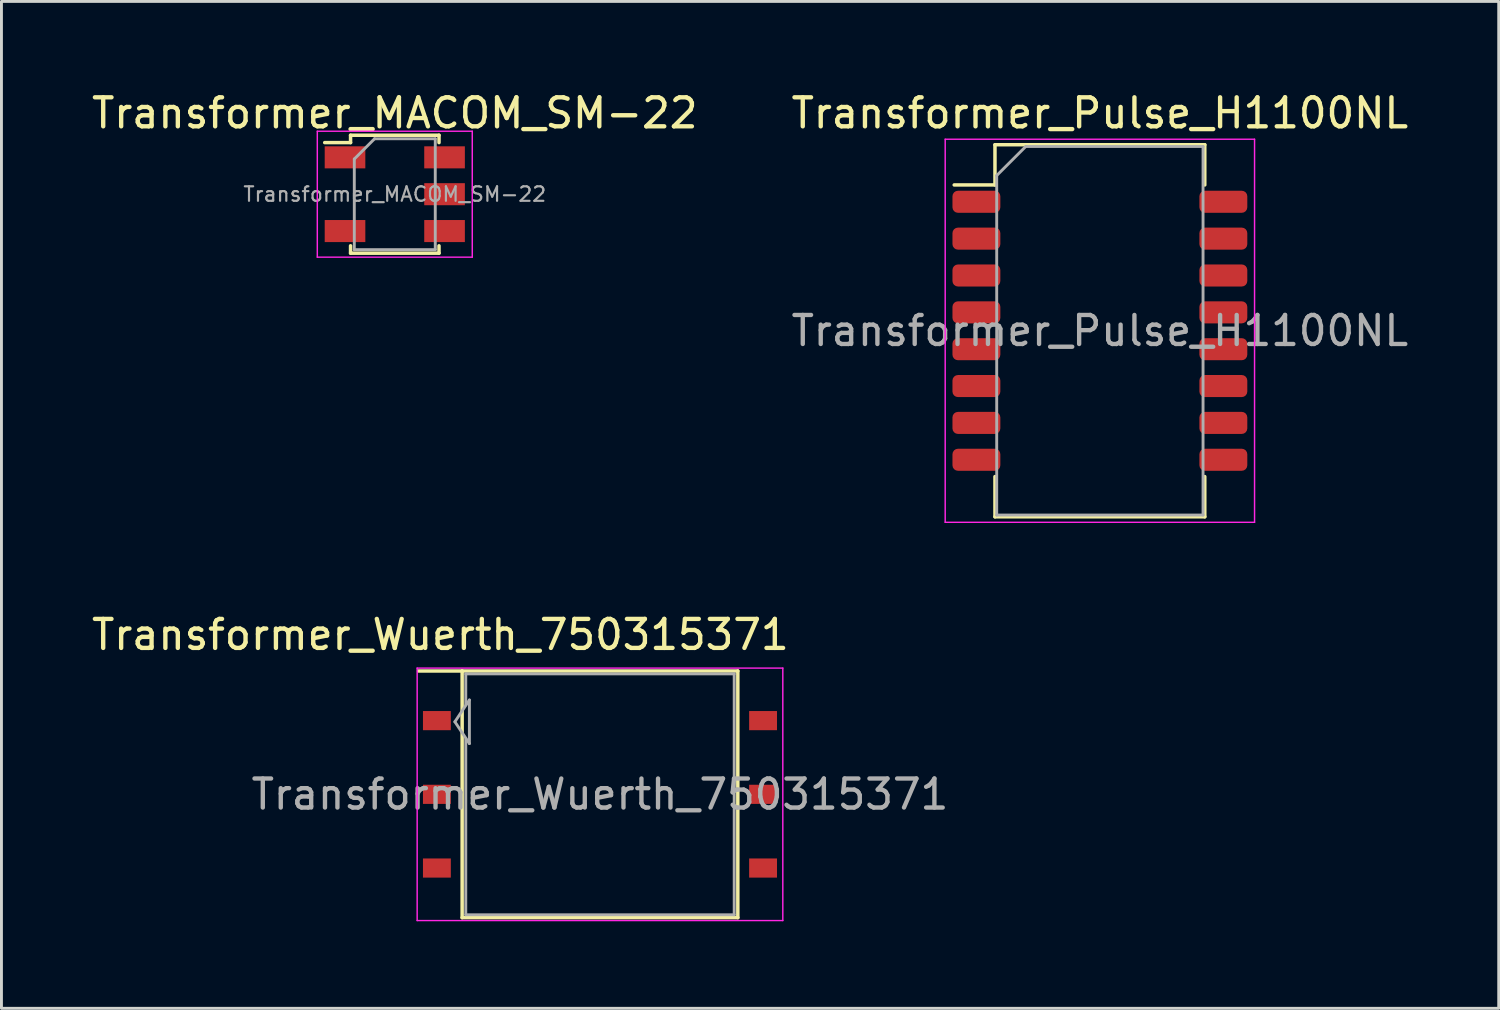
<source format=kicad_pcb>
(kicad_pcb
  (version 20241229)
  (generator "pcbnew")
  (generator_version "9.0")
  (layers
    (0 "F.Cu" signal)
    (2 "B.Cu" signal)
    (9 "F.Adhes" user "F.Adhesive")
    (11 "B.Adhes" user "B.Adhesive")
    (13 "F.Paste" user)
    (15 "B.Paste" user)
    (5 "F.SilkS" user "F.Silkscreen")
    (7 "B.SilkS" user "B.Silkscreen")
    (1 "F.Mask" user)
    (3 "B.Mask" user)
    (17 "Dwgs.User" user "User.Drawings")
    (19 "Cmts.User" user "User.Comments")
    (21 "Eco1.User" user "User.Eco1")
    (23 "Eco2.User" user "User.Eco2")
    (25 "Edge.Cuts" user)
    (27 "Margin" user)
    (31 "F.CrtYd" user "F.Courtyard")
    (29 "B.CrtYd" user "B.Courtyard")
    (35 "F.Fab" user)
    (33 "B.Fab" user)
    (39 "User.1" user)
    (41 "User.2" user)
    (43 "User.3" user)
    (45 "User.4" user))
  (footprint "Transformer_Pulse_H1100NL"
    (layer "F.Cu")
    (at 34.851 8.348)
    (property "Reference" "Transformer_Pulse_H1100NL" (at 0 -7.5 0) (layer "F.SilkS") (effects (font (size 1 1) (thickness 0.15))))
    (attr smd)
    (fp_line (start -3.615 -6.41) (end -3.615 -5.025) (stroke (width 0.12) (type solid)) (layer "F.SilkS"))
    (fp_line (start -3.615 -5.025) (end -5.02 -5.025) (stroke (width 0.12) (type solid)) (layer "F.SilkS"))
    (fp_line (start -3.615 6.41) (end -3.615 5.025) (stroke (width 0.12) (type solid)) (layer "F.SilkS"))
    (fp_line (start 3.615 -6.41) (end -3.615 -6.41) (stroke (width 0.12) (type solid)) (layer "F.SilkS"))
    (fp_line (start 3.615 -5.025) (end 3.615 -6.41) (stroke (width 0.12) (type solid)) (layer "F.SilkS"))
    (fp_line (start 3.615 6.41) (end -3.615 6.41) (stroke (width 0.12) (type solid)) (layer "F.SilkS"))
    (fp_line (start 3.615 6.41) (end 3.615 5.025) (stroke (width 0.12) (type solid)) (layer "F.SilkS"))
    (fp_line (start -5.33 -6.6) (end -5.33 6.6) (stroke (width 0.05) (type solid)) (layer "F.CrtYd"))
    (fp_line (start -5.33 -6.6) (end 5.33 -6.6) (stroke (width 0.05) (type solid)) (layer "F.CrtYd"))
    (fp_line (start -5.33 6.6) (end 5.33 6.6) (stroke (width 0.05) (type solid)) (layer "F.CrtYd"))
    (fp_line (start 5.33 -6.6) (end 5.33 6.6) (stroke (width 0.05) (type solid)) (layer "F.CrtYd"))
    (fp_line (start -3.555 -5.35) (end -3.555 6.35) (stroke (width 0.1) (type solid)) (layer "F.Fab"))
    (fp_line (start -3.555 -5.35) (end -2.555 -6.35) (stroke (width 0.1) (type solid)) (layer "F.Fab"))
    (fp_line (start -3.555 6.35) (end 3.555 6.35) (stroke (width 0.1) (type solid)) (layer "F.Fab"))
    (fp_line (start -2.555 -6.35) (end 3.555 -6.35) (stroke (width 0.1) (type solid)) (layer "F.Fab"))
    (fp_line (start 3.555 -6.35) (end 3.555 6.35) (stroke (width 0.1) (type solid)) (layer "F.Fab"))
    (fp_text user "${REFERENCE}" (at 0 0 0) (layer "F.Fab") (effects (font (size 1 1) (thickness 0.15))))
    (pad "1" smd roundrect (at -4.255 -4.445) (size 1.65 0.76) (layers "F.Cu" "F.Mask" "F.Paste") (roundrect_rratio 0.25))
    (pad "2" smd roundrect (at -4.255 -3.175) (size 1.65 0.76) (layers "F.Cu" "F.Mask" "F.Paste") (roundrect_rratio 0.25))
    (pad "3" smd roundrect (at -4.255 -1.905) (size 1.65 0.76) (layers "F.Cu" "F.Mask" "F.Paste") (roundrect_rratio 0.25))
    (pad "4" smd roundrect (at -4.255 -0.635) (size 1.65 0.76) (layers "F.Cu" "F.Mask" "F.Paste") (roundrect_rratio 0.25))
    (pad "5" smd roundrect (at -4.255 0.635) (size 1.65 0.76) (layers "F.Cu" "F.Mask" "F.Paste") (roundrect_rratio 0.25))
    (pad "6" smd roundrect (at -4.255 1.905) (size 1.65 0.76) (layers "F.Cu" "F.Mask" "F.Paste") (roundrect_rratio 0.25))
    (pad "7" smd roundrect (at -4.255 3.175) (size 1.65 0.76) (layers "F.Cu" "F.Mask" "F.Paste") (roundrect_rratio 0.25))
    (pad "8" smd roundrect (at -4.255 4.445) (size 1.65 0.76) (layers "F.Cu" "F.Mask" "F.Paste") (roundrect_rratio 0.25))
    (pad "9" smd roundrect (at 4.255 4.445) (size 1.65 0.76) (layers "F.Cu" "F.Mask" "F.Paste") (roundrect_rratio 0.25))
    (pad "10" smd roundrect (at 4.255 3.175) (size 1.65 0.76) (layers "F.Cu" "F.Mask" "F.Paste") (roundrect_rratio 0.25))
    (pad "11" smd roundrect (at 4.255 1.905) (size 1.65 0.76) (layers "F.Cu" "F.Mask" "F.Paste") (roundrect_rratio 0.25))
    (pad "12" smd roundrect (at 4.255 0.635) (size 1.65 0.76) (layers "F.Cu" "F.Mask" "F.Paste") (roundrect_rratio 0.25))
    (pad "13" smd roundrect (at 4.255 -0.635) (size 1.65 0.76) (layers "F.Cu" "F.Mask" "F.Paste") (roundrect_rratio 0.25))
    (pad "14" smd roundrect (at 4.255 -1.905) (size 1.65 0.76) (layers "F.Cu" "F.Mask" "F.Paste") (roundrect_rratio 0.25))
    (pad "15" smd roundrect (at 4.255 -3.175) (size 1.65 0.76) (layers "F.Cu" "F.Mask" "F.Paste") (roundrect_rratio 0.25))
    (pad "16" smd roundrect (at 4.255 -4.445) (size 1.65 0.76) (layers "F.Cu" "F.Mask" "F.Paste") (roundrect_rratio 0.25)))
  (footprint "Transformer_Wuerth_750315371"
    (layer "F.Cu")
    (at 17.625 24.322)
    (property "Reference" "Transformer_Wuerth_750315371" (at -5.5 -5.5 0) (layer "F.SilkS") (effects (font (size 1 1) (thickness 0.15))))
    (attr through_hole)
    (fp_line (start -4.75 -4.25) (end -6.25 -4.25) (stroke (width 0.12) (type solid)) (layer "F.SilkS"))
    (fp_line (start -4.75 -4.25) (end 4.75 -4.25) (stroke (width 0.12) (type solid)) (layer "F.SilkS"))
    (fp_line (start -4.75 4.25) (end -4.75 -4.25) (stroke (width 0.12) (type solid)) (layer "F.SilkS"))
    (fp_line (start 4.75 -4.25) (end 4.75 4.25) (stroke (width 0.12) (type solid)) (layer "F.SilkS"))
    (fp_line (start 4.75 4.25) (end -4.75 4.25) (stroke (width 0.12) (type solid)) (layer "F.SilkS"))
    (fp_line (start -6.3 -4.35) (end 6.3 -4.35) (stroke (width 0.05) (type solid)) (layer "F.CrtYd"))
    (fp_line (start -6.3 4.35) (end -6.3 -4.35) (stroke (width 0.05) (type solid)) (layer "F.CrtYd"))
    (fp_line (start 6.3 -4.35) (end 6.3 4.35) (stroke (width 0.05) (type solid)) (layer "F.CrtYd"))
    (fp_line (start 6.3 4.35) (end -6.3 4.35) (stroke (width 0.05) (type solid)) (layer "F.CrtYd"))
    (fp_line (start -5 -2.5) (end -4.5 -3.25) (stroke (width 0.1) (type solid)) (layer "F.Fab"))
    (fp_line (start -4.625 -4.15) (end 4.625 -4.15) (stroke (width 0.1) (type solid)) (layer "F.Fab"))
    (fp_line (start -4.625 -3.1) (end -4.625 -4.15) (stroke (width 0.1) (type solid)) (layer "F.Fab"))
    (fp_line (start -4.625 4.15) (end -4.625 -1.9) (stroke (width 0.1) (type solid)) (layer "F.Fab"))
    (fp_line (start -4.5 -3.25) (end -4.5 -1.75) (stroke (width 0.1) (type solid)) (layer "F.Fab"))
    (fp_line (start -4.5 -1.75) (end -5 -2.5) (stroke (width 0.1) (type solid)) (layer "F.Fab"))
    (fp_line (start 4.625 -4.15) (end 4.625 4.15) (stroke (width 0.1) (type solid)) (layer "F.Fab"))
    (fp_line (start 4.625 4.15) (end -4.625 4.15) (stroke (width 0.1) (type solid)) (layer "F.Fab"))
    (fp_text user "${REFERENCE}" (at 0 0 0) (layer "F.Fab") (effects (font (size 1 1) (thickness 0.15))))
    (pad "1" smd rect (at -5.62 -2.54) (size 0.96 0.66) (layers "F.Cu" "F.Mask" "F.Paste"))
    (pad "2" smd rect (at -5.62 0) (size 0.96 0.66) (layers "F.Cu" "F.Mask" "F.Paste"))
    (pad "3" smd rect (at -5.62 2.54) (size 0.96 0.66) (layers "F.Cu" "F.Mask" "F.Paste"))
    (pad "4" smd rect (at 5.62 2.54) (size 0.96 0.66) (layers "F.Cu" "F.Mask" "F.Paste"))
    (pad "5" smd rect (at 5.62 0) (size 0.96 0.66) (layers "F.Cu" "F.Mask" "F.Paste"))
    (pad "6" smd rect (at 5.62 -2.54) (size 0.96 0.66) (layers "F.Cu" "F.Mask" "F.Paste")))
  (footprint "Transformer_MACOM_SM-22"
    (layer "F.Cu")
    (at 10.554 3.642)
    (property "Reference" "Transformer_MACOM_SM-22" (at 0 -2.794 0) (layer "F.SilkS") (effects (font (size 1 1) (thickness 0.15))))
    (attr smd)
    (fp_line (start -2.415 -1.778) (end -1.524 -1.778) (stroke (width 0.12) (type solid)) (layer "F.SilkS"))
    (fp_line (start -1.524 -2.032) (end 1.524 -2.032) (stroke (width 0.12) (type solid)) (layer "F.SilkS"))
    (fp_line (start -1.524 -1.778) (end -1.524 -2.032) (stroke (width 0.12) (type solid)) (layer "F.SilkS"))
    (fp_line (start -1.524 2.032) (end -1.524 1.778) (stroke (width 0.12) (type solid)) (layer "F.SilkS"))
    (fp_line (start 1.524 -2.032) (end 1.524 -1.778) (stroke (width 0.12) (type solid)) (layer "F.SilkS"))
    (fp_line (start 1.524 1.778) (end 1.524 2.032) (stroke (width 0.12) (type solid)) (layer "F.SilkS"))
    (fp_line (start 1.524 2.032) (end -1.524 2.032) (stroke (width 0.12) (type solid)) (layer "F.SilkS"))
    (fp_line (start -2.67 -2.17) (end 2.67 -2.17) (stroke (width 0.05) (type solid)) (layer "F.CrtYd"))
    (fp_line (start -2.67 2.17) (end -2.67 -2.17) (stroke (width 0.05) (type solid)) (layer "F.CrtYd"))
    (fp_line (start 2.67 -2.17) (end 2.67 2.17) (stroke (width 0.05) (type solid)) (layer "F.CrtYd"))
    (fp_line (start 2.67 2.17) (end -2.67 2.17) (stroke (width 0.05) (type solid)) (layer "F.CrtYd"))
    (fp_line (start -1.395 -1.212) (end -0.698 -1.91) (stroke (width 0.1) (type solid)) (layer "F.Fab"))
    (fp_line (start -1.395 1.91) (end -1.395 -1.212) (stroke (width 0.1) (type solid)) (layer "F.Fab"))
    (fp_line (start -0.698 -1.91) (end 1.395 -1.91) (stroke (width 0.1) (type solid)) (layer "F.Fab"))
    (fp_line (start 1.395 -1.91) (end 1.395 1.91) (stroke (width 0.1) (type solid)) (layer "F.Fab"))
    (fp_line (start 1.395 1.91) (end -1.395 1.91) (stroke (width 0.1) (type solid)) (layer "F.Fab"))
    (fp_text user "${REFERENCE}" (at 0 0 0) (layer "F.Fab") (effects (font (size 0.5 0.5) (thickness 0.075))))
    (pad "1" smd rect (at -1.715 -1.27) (size 1.4 0.76) (layers "F.Cu" "F.Mask" "F.Paste"))
    (pad "2" smd rect (at -1.715 1.27) (size 1.4 0.76) (layers "F.Cu" "F.Mask" "F.Paste"))
    (pad "3" smd rect (at 1.715 1.27) (size 1.4 0.76) (layers "F.Cu" "F.Mask" "F.Paste"))
    (pad "4" smd rect (at 1.715 0) (size 1.4 0.76) (layers "F.Cu" "F.Mask" "F.Paste"))
    (pad "5" smd rect (at 1.715 -1.27) (size 1.4 0.76) (layers "F.Cu" "F.Mask" "F.Paste")))
  (gr_rect
    (start -3 -3)
    (end 48.595 31.697)
    (stroke (width 0.1) (type default))
    (fill no)
    (layer "Edge.Cuts")))
</source>
